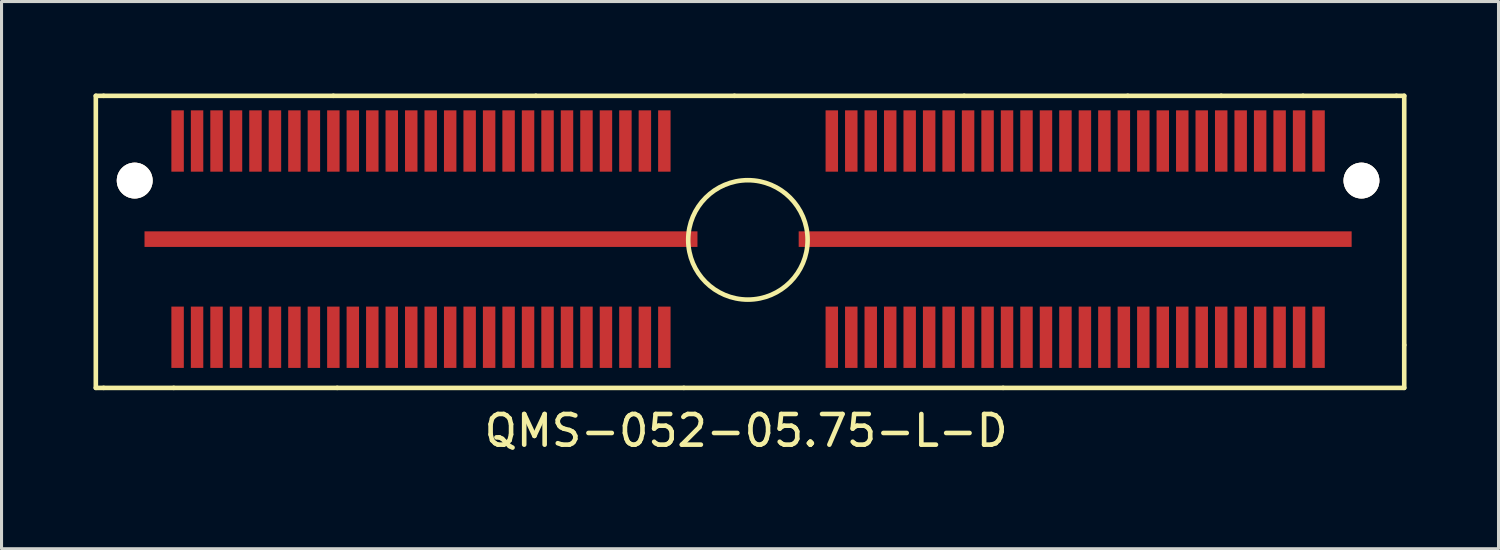
<source format=kicad_pcb>
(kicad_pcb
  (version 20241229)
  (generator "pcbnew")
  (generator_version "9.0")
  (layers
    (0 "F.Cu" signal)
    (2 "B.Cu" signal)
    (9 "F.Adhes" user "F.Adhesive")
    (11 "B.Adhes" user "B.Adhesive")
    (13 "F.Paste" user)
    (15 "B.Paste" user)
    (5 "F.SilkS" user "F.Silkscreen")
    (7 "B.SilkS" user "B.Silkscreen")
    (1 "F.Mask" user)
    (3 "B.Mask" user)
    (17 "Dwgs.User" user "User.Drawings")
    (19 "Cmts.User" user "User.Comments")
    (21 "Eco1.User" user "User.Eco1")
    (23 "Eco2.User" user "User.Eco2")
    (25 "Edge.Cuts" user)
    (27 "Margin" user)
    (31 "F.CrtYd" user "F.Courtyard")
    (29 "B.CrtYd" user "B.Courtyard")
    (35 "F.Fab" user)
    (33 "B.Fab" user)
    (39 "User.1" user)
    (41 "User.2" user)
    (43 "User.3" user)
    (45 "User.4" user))
  (footprint "QMS-052-05.75-L-D"
    (layer "F.Cu")
    (at 2.742 7.949)
    (property "Reference" "QMS-052-05.75-L-D" (at 18.542 3.048 0) (layer "F.SilkS") (effects (font (size 1 1) (thickness 0.15))))
    (attr through_hole)
    (fp_line (start -2.667 -7.874) (end -2.413 -7.874) (stroke (width 0.15) (type solid)) (layer "F.SilkS"))
    (fp_line (start -2.667 1.651) (end -2.667 -7.874) (stroke (width 0.15) (type solid)) (layer "F.SilkS"))
    (fp_line (start -2.413 -7.874) (end 5.08 -7.874) (stroke (width 0.15) (type solid)) (layer "F.SilkS"))
    (fp_line (start -2.413 1.651) (end -2.667 1.651) (stroke (width 0.15) (type solid)) (layer "F.SilkS"))
    (fp_line (start -0.127 1.651) (end -2.413 1.651) (stroke (width 0.15) (type solid)) (layer "F.SilkS"))
    (fp_line (start 5.08 -7.874) (end 11.684 -7.874) (stroke (width 0.15) (type solid)) (layer "F.SilkS"))
    (fp_line (start 5.207 1.651) (end -0.127 1.651) (stroke (width 0.15) (type solid)) (layer "F.SilkS"))
    (fp_line (start 11.684 -7.874) (end 18.161 -7.874) (stroke (width 0.15) (type solid)) (layer "F.SilkS"))
    (fp_line (start 16.51 1.651) (end 5.207 1.651) (stroke (width 0.15) (type solid)) (layer "F.SilkS"))
    (fp_line (start 18.161 -7.874) (end 25.654 -7.874) (stroke (width 0.15) (type solid)) (layer "F.SilkS"))
    (fp_line (start 25.654 -7.874) (end 30.988 -7.874) (stroke (width 0.15) (type solid)) (layer "F.SilkS"))
    (fp_line (start 26.924 1.651) (end 16.51 1.651) (stroke (width 0.15) (type solid)) (layer "F.SilkS"))
    (fp_line (start 30.988 -7.874) (end 34.036 -7.874) (stroke (width 0.15) (type solid)) (layer "F.SilkS"))
    (fp_line (start 34.036 -7.874) (end 36.703 -7.874) (stroke (width 0.15) (type solid)) (layer "F.SilkS"))
    (fp_line (start 36.703 -7.874) (end 39.751 -7.874) (stroke (width 0.15) (type solid)) (layer "F.SilkS"))
    (fp_line (start 39.751 -7.874) (end 40.005 -7.874) (stroke (width 0.15) (type solid)) (layer "F.SilkS"))
    (fp_line (start 40.005 -7.874) (end 40.005 0.254) (stroke (width 0.15) (type solid)) (layer "F.SilkS"))
    (fp_line (start 40.005 0.254) (end 40.005 1.651) (stroke (width 0.15) (type solid)) (layer "F.SilkS"))
    (fp_line (start 40.005 1.651) (end 26.924 1.651) (stroke (width 0.15) (type solid)) (layer "F.SilkS"))
    (fp_circle (center 18.6 -3.175) (end 19.812 -4.699) (stroke (width 0.15) (type solid)) (fill no) (layer "F.SilkS"))
    (pad "1" smd rect (at 0 0 90) (size 2 0.406) (layers "F.Cu" "F.Mask" "F.Paste"))
    (pad "2" smd rect (at 0 -6.4 90) (size 2 0.406) (layers "F.Cu" "F.Mask" "F.Paste"))
    (pad "3" smd rect (at 0.635 0 90) (size 2 0.406) (layers "F.Cu" "F.Mask" "F.Paste"))
    (pad "4" smd rect (at 0.635 -6.4 90) (size 2 0.406) (layers "F.Cu" "F.Mask" "F.Paste"))
    (pad "5" smd rect (at 1.27 0 90) (size 2 0.406) (layers "F.Cu" "F.Mask" "F.Paste"))
    (pad "6" smd rect (at 1.27 -6.4 90) (size 2 0.406) (layers "F.Cu" "F.Mask" "F.Paste"))
    (pad "7" smd rect (at 1.905 0 90) (size 2 0.406) (layers "F.Cu" "F.Mask" "F.Paste"))
    (pad "8" smd rect (at 1.905 -6.4 90) (size 2 0.406) (layers "F.Cu" "F.Mask" "F.Paste"))
    (pad "9" smd rect (at 2.54 0 90) (size 2 0.406) (layers "F.Cu" "F.Mask" "F.Paste"))
    (pad "10" smd rect (at 2.54 -6.4 90) (size 2 0.406) (layers "F.Cu" "F.Mask" "F.Paste"))
    (pad "11" smd rect (at 3.175 0 90) (size 2 0.406) (layers "F.Cu" "F.Mask" "F.Paste"))
    (pad "12" smd rect (at 3.175 -6.4 90) (size 2 0.406) (layers "F.Cu" "F.Mask" "F.Paste"))
    (pad "13" smd rect (at 3.81 0 90) (size 2 0.406) (layers "F.Cu" "F.Mask" "F.Paste"))
    (pad "14" smd rect (at 3.81 -6.4 90) (size 2 0.406) (layers "F.Cu" "F.Mask" "F.Paste"))
    (pad "15" smd rect (at 4.445 0 90) (size 2 0.406) (layers "F.Cu" "F.Mask" "F.Paste"))
    (pad "16" smd rect (at 4.445 -6.4 90) (size 2 0.406) (layers "F.Cu" "F.Mask" "F.Paste"))
    (pad "17" smd rect (at 5.08 0 90) (size 2 0.406) (layers "F.Cu" "F.Mask" "F.Paste"))
    (pad "18" smd rect (at 5.08 -6.4 90) (size 2 0.406) (layers "F.Cu" "F.Mask" "F.Paste"))
    (pad "19" smd rect (at 5.715 0 90) (size 2 0.406) (layers "F.Cu" "F.Mask" "F.Paste"))
    (pad "20" smd rect (at 5.715 -6.4 90) (size 2 0.406) (layers "F.Cu" "F.Mask" "F.Paste"))
    (pad "21" smd rect (at 6.35 0 90) (size 2 0.406) (layers "F.Cu" "F.Mask" "F.Paste"))
    (pad "22" smd rect (at 6.35 -6.4 90) (size 2 0.406) (layers "F.Cu" "F.Mask" "F.Paste"))
    (pad "23" smd rect (at 6.985 0 90) (size 2 0.406) (layers "F.Cu" "F.Mask" "F.Paste"))
    (pad "24" smd rect (at 6.985 -6.4 90) (size 2 0.406) (layers "F.Cu" "F.Mask" "F.Paste"))
    (pad "25" smd rect (at 7.62 0 90) (size 2 0.406) (layers "F.Cu" "F.Mask" "F.Paste"))
    (pad "26" smd rect (at 7.62 -6.4 90) (size 2 0.406) (layers "F.Cu" "F.Mask" "F.Paste"))
    (pad "27" smd rect (at 8.255 0 90) (size 2 0.406) (layers "F.Cu" "F.Mask" "F.Paste"))
    (pad "28" smd rect (at 8.255 -6.4 90) (size 2 0.406) (layers "F.Cu" "F.Mask" "F.Paste"))
    (pad "29" smd rect (at 8.89 0 90) (size 2 0.406) (layers "F.Cu" "F.Mask" "F.Paste"))
    (pad "30" smd rect (at 8.89 -6.4 90) (size 2 0.406) (layers "F.Cu" "F.Mask" "F.Paste"))
    (pad "31" smd rect (at 9.525 0 90) (size 2 0.406) (layers "F.Cu" "F.Mask" "F.Paste"))
    (pad "32" smd rect (at 9.525 -6.4 90) (size 2 0.406) (layers "F.Cu" "F.Mask" "F.Paste"))
    (pad "33" smd rect (at 10.16 0 90) (size 2 0.406) (layers "F.Cu" "F.Mask" "F.Paste"))
    (pad "34" smd rect (at 10.16 -6.4 90) (size 2 0.406) (layers "F.Cu" "F.Mask" "F.Paste"))
    (pad "35" smd rect (at 10.795 0 90) (size 2 0.406) (layers "F.Cu" "F.Mask" "F.Paste"))
    (pad "36" smd rect (at 10.795 -6.4 90) (size 2 0.406) (layers "F.Cu" "F.Mask" "F.Paste"))
    (pad "37" smd rect (at 11.43 0 90) (size 2 0.406) (layers "F.Cu" "F.Mask" "F.Paste"))
    (pad "38" smd rect (at 11.43 -6.4 90) (size 2 0.406) (layers "F.Cu" "F.Mask" "F.Paste"))
    (pad "39" smd rect (at 12.065 0 90) (size 2 0.406) (layers "F.Cu" "F.Mask" "F.Paste"))
    (pad "40" smd rect (at 12.065 -6.4 90) (size 2 0.406) (layers "F.Cu" "F.Mask" "F.Paste"))
    (pad "41" smd rect (at 12.7 0 90) (size 2 0.406) (layers "F.Cu" "F.Mask" "F.Paste"))
    (pad "42" smd rect (at 12.7 -6.4 90) (size 2 0.406) (layers "F.Cu" "F.Mask" "F.Paste"))
    (pad "43" smd rect (at 13.335 0 90) (size 2 0.406) (layers "F.Cu" "F.Mask" "F.Paste"))
    (pad "44" smd rect (at 13.335 -6.4 90) (size 2 0.406) (layers "F.Cu" "F.Mask" "F.Paste"))
    (pad "45" smd rect (at 13.97 0 90) (size 2 0.406) (layers "F.Cu" "F.Mask" "F.Paste"))
    (pad "46" smd rect (at 13.97 -6.4 90) (size 2 0.406) (layers "F.Cu" "F.Mask" "F.Paste"))
    (pad "46" smd rect (at 21.971 -6.4 90) (size 2 0.406) (layers "F.Cu" "F.Mask" "F.Paste"))
    (pad "47" smd rect (at 14.605 0 90) (size 2 0.406) (layers "F.Cu" "F.Mask" "F.Paste"))
    (pad "48" smd rect (at 14.605 -6.4 90) (size 2 0.406) (layers "F.Cu" "F.Mask" "F.Paste"))
    (pad "49" smd rect (at 15.24 0 90) (size 2 0.406) (layers "F.Cu" "F.Mask" "F.Paste"))
    (pad "50" smd rect (at 15.24 -6.4 90) (size 2 0.406) (layers "F.Cu" "F.Mask" "F.Paste"))
    (pad "51" smd rect (at 15.875 0 90) (size 2 0.406) (layers "F.Cu" "F.Mask" "F.Paste"))
    (pad "52" smd rect (at 15.875 -6.4 90) (size 2 0.406) (layers "F.Cu" "F.Mask" "F.Paste"))
    (pad "53" smd rect (at 21.336 0 90) (size 2 0.406) (layers "F.Cu" "F.Mask" "F.Paste"))
    (pad "54" smd rect (at 21.336 -6.4 90) (size 2 0.406) (layers "F.Cu" "F.Mask" "F.Paste"))
    (pad "55" smd rect (at 21.971 0 90) (size 2 0.406) (layers "F.Cu" "F.Mask" "F.Paste"))
    (pad "57" smd rect (at 22.606 0 90) (size 2 0.406) (layers "F.Cu" "F.Mask" "F.Paste"))
    (pad "58" smd rect (at 22.606 -6.4 90) (size 2 0.406) (layers "F.Cu" "F.Mask" "F.Paste"))
    (pad "59" smd rect (at 23.241 0 90) (size 2 0.406) (layers "F.Cu" "F.Mask" "F.Paste"))
    (pad "60" smd rect (at 23.241 -6.4 90) (size 2 0.406) (layers "F.Cu" "F.Mask" "F.Paste"))
    (pad "61" smd rect (at 23.876 0 90) (size 2 0.406) (layers "F.Cu" "F.Mask" "F.Paste"))
    (pad "62" smd rect (at 23.876 -6.4 90) (size 2 0.406) (layers "F.Cu" "F.Mask" "F.Paste"))
    (pad "63" smd rect (at 24.511 0 90) (size 2 0.406) (layers "F.Cu" "F.Mask" "F.Paste"))
    (pad "64" smd rect (at 24.511 -6.4 90) (size 2 0.406) (layers "F.Cu" "F.Mask" "F.Paste"))
    (pad "65" smd rect (at 25.146 0 90) (size 2 0.406) (layers "F.Cu" "F.Mask" "F.Paste"))
    (pad "66" smd rect (at 25.146 -6.4 90) (size 2 0.406) (layers "F.Cu" "F.Mask" "F.Paste"))
    (pad "67" smd rect (at 25.781 0 90) (size 2 0.406) (layers "F.Cu" "F.Mask" "F.Paste"))
    (pad "68" smd rect (at 25.781 -6.4 90) (size 2 0.406) (layers "F.Cu" "F.Mask" "F.Paste"))
    (pad "69" smd rect (at 26.416 0 90) (size 2 0.406) (layers "F.Cu" "F.Mask" "F.Paste"))
    (pad "70" smd rect (at 26.416 -6.4 90) (size 2 0.406) (layers "F.Cu" "F.Mask" "F.Paste"))
    (pad "71" smd rect (at 27.051 0 90) (size 2 0.406) (layers "F.Cu" "F.Mask" "F.Paste"))
    (pad "72" smd rect (at 27.051 -6.4 90) (size 2 0.406) (layers "F.Cu" "F.Mask" "F.Paste"))
    (pad "73" smd rect (at 27.686 0 90) (size 2 0.406) (layers "F.Cu" "F.Mask" "F.Paste"))
    (pad "74" smd rect (at 27.686 -6.4 90) (size 2 0.406) (layers "F.Cu" "F.Mask" "F.Paste"))
    (pad "75" smd rect (at 28.321 0 90) (size 2 0.406) (layers "F.Cu" "F.Mask" "F.Paste"))
    (pad "76" smd rect (at 28.321 -6.4 90) (size 2 0.406) (layers "F.Cu" "F.Mask" "F.Paste"))
    (pad "77" smd rect (at 28.956 0 90) (size 2 0.406) (layers "F.Cu" "F.Mask" "F.Paste"))
    (pad "78" smd rect (at 28.956 -6.4 90) (size 2 0.406) (layers "F.Cu" "F.Mask" "F.Paste"))
    (pad "79" smd rect (at 29.591 0 90) (size 2 0.406) (layers "F.Cu" "F.Mask" "F.Paste"))
    (pad "80" smd rect (at 29.591 -6.4 90) (size 2 0.406) (layers "F.Cu" "F.Mask" "F.Paste"))
    (pad "81" smd rect (at 30.226 0 90) (size 2 0.406) (layers "F.Cu" "F.Mask" "F.Paste"))
    (pad "82" smd rect (at 30.226 -6.4 90) (size 2 0.406) (layers "F.Cu" "F.Mask" "F.Paste"))
    (pad "83" smd rect (at 30.861 0 90) (size 2 0.406) (layers "F.Cu" "F.Mask" "F.Paste"))
    (pad "84" smd rect (at 30.861 -6.4 90) (size 2 0.406) (layers "F.Cu" "F.Mask" "F.Paste"))
    (pad "85" smd rect (at 31.496 0 90) (size 2 0.406) (layers "F.Cu" "F.Mask" "F.Paste"))
    (pad "86" smd rect (at 31.496 -6.4 90) (size 2 0.406) (layers "F.Cu" "F.Mask" "F.Paste"))
    (pad "87" smd rect (at 32.131 0 90) (size 2 0.406) (layers "F.Cu" "F.Mask" "F.Paste"))
    (pad "88" smd rect (at 32.131 -6.4 90) (size 2 0.406) (layers "F.Cu" "F.Mask" "F.Paste"))
    (pad "89" smd rect (at 32.766 0 90) (size 2 0.406) (layers "F.Cu" "F.Mask" "F.Paste"))
    (pad "90" smd rect (at 32.766 -6.4 90) (size 2 0.406) (layers "F.Cu" "F.Mask" "F.Paste"))
    (pad "91" smd rect (at 33.401 0 90) (size 2 0.406) (layers "F.Cu" "F.Mask" "F.Paste"))
    (pad "92" smd rect (at 33.401 -6.4 90) (size 2 0.406) (layers "F.Cu" "F.Mask" "F.Paste"))
    (pad "93" smd rect (at 34.036 0 90) (size 2 0.406) (layers "F.Cu" "F.Mask" "F.Paste"))
    (pad "94" smd rect (at 34.036 -6.4 90) (size 2 0.406) (layers "F.Cu" "F.Mask" "F.Paste"))
    (pad "95" smd rect (at 34.671 0 90) (size 2 0.406) (layers "F.Cu" "F.Mask" "F.Paste"))
    (pad "96" smd rect (at 34.671 -6.4 90) (size 2 0.406) (layers "F.Cu" "F.Mask" "F.Paste"))
    (pad "97" smd rect (at 35.306 0 90) (size 2 0.406) (layers "F.Cu" "F.Mask" "F.Paste"))
    (pad "98" smd rect (at 35.306 -6.4 90) (size 2 0.406) (layers "F.Cu" "F.Mask" "F.Paste"))
    (pad "99" smd rect (at 35.941 0 90) (size 2 0.406) (layers "F.Cu" "F.Mask" "F.Paste"))
    (pad "100" smd rect (at 35.941 -6.4 90) (size 2 0.406) (layers "F.Cu" "F.Mask" "F.Paste"))
    (pad "101" smd rect (at 36.576 0 90) (size 2 0.406) (layers "F.Cu" "F.Mask" "F.Paste"))
    (pad "102" smd rect (at 36.576 -6.4 90) (size 2 0.406) (layers "F.Cu" "F.Mask" "F.Paste"))
    (pad "103" smd rect (at 37.211 0 90) (size 2 0.406) (layers "F.Cu" "F.Mask" "F.Paste"))
    (pad "104" smd rect (at 37.211 -6.4 90) (size 2 0.406) (layers "F.Cu" "F.Mask" "F.Paste"))
    (pad "105" smd rect (at 7.938 -3.2) (size 18.034 0.508) (layers "F.Cu" "F.Mask" "F.Paste"))
    (pad "106" smd rect (at 29.273 -3.2) (size 18.034 0.508) (layers "F.Cu" "F.Mask" "F.Paste"))
    (pad "107" thru_hole circle (at -1.399 -5.11 90) (size 1.168 1.168) (drill 1.168) (layers "*.Cu" "*.Mask" "F.SilkS"))
    (pad "107" thru_hole circle (at 38.61 -5.11 90) (size 1.168 1.168) (drill 1.168) (layers "*.Cu" "*.Mask" "F.SilkS")))
  (gr_rect
    (start -3 -3)
    (end 45.822 14.845)
    (stroke (width 0.1) (type default))
    (fill no)
    (layer "Edge.Cuts")))
</source>
